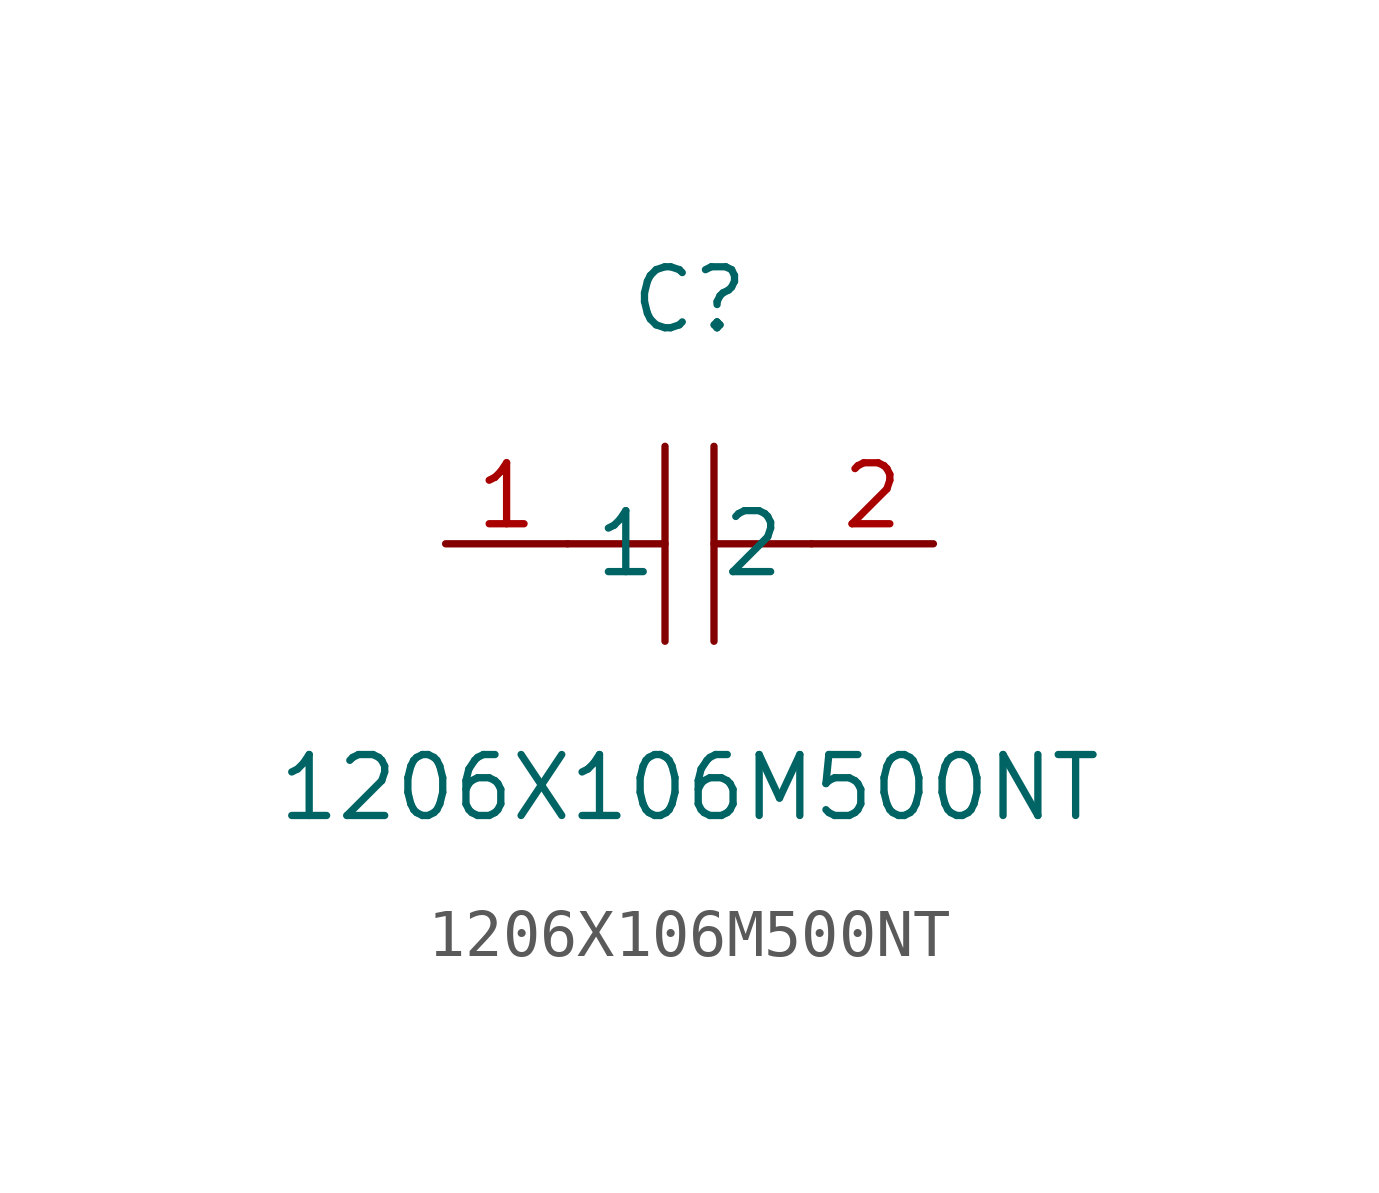
<source format=kicad_sym>
(kicad_symbol_lib
  (version 20211014)
  (generator https://github.com/uPesy/easyeda2kicad.py)
  (symbol "1206X106M500NT"
    (property "Reference" "C"
      (at 0 5.08 0)
      (effects (font (size 1.27 1.27))))
    (property "Value" "1206X106M500NT"
      (at 0 -5.08 0)
      (effects (font (size 1.27 1.27))))
    (symbol "1206X106M500NT_0_1"
      (polyline (pts (xy -0.51 -2.03) (xy -0.51 2.03)) (stroke (width 0) (type default) (color 0 0 0 0)) (fill (type none)))
      (polyline (pts (xy 2.54 -0.00) (xy 0.51 -0.00)) (stroke (width 0) (type default) (color 0 0 0 0)) (fill (type none)))
      (polyline (pts (xy 0.51 2.03) (xy 0.51 -2.03)) (stroke (width 0) (type default) (color 0 0 0 0)) (fill (type none)))
      (polyline (pts (xy -0.51 -0.00) (xy -2.54 -0.00)) (stroke (width 0) (type default) (color 0 0 0 0)) (fill (type none)))
      (pin unspecified line (at -5.08 -0.00 0) (length 2.54) (name "1" (effects (font (size 1.27 1.27)))) (number "1" (effects (font (size 1.27 1.27)))))
      (pin unspecified line (at 5.08 -0.00 180) (length 2.54) (name "2" (effects (font (size 1.27 1.27)))) (number "2" (effects (font (size 1.27 1.27))))))))
</source>
